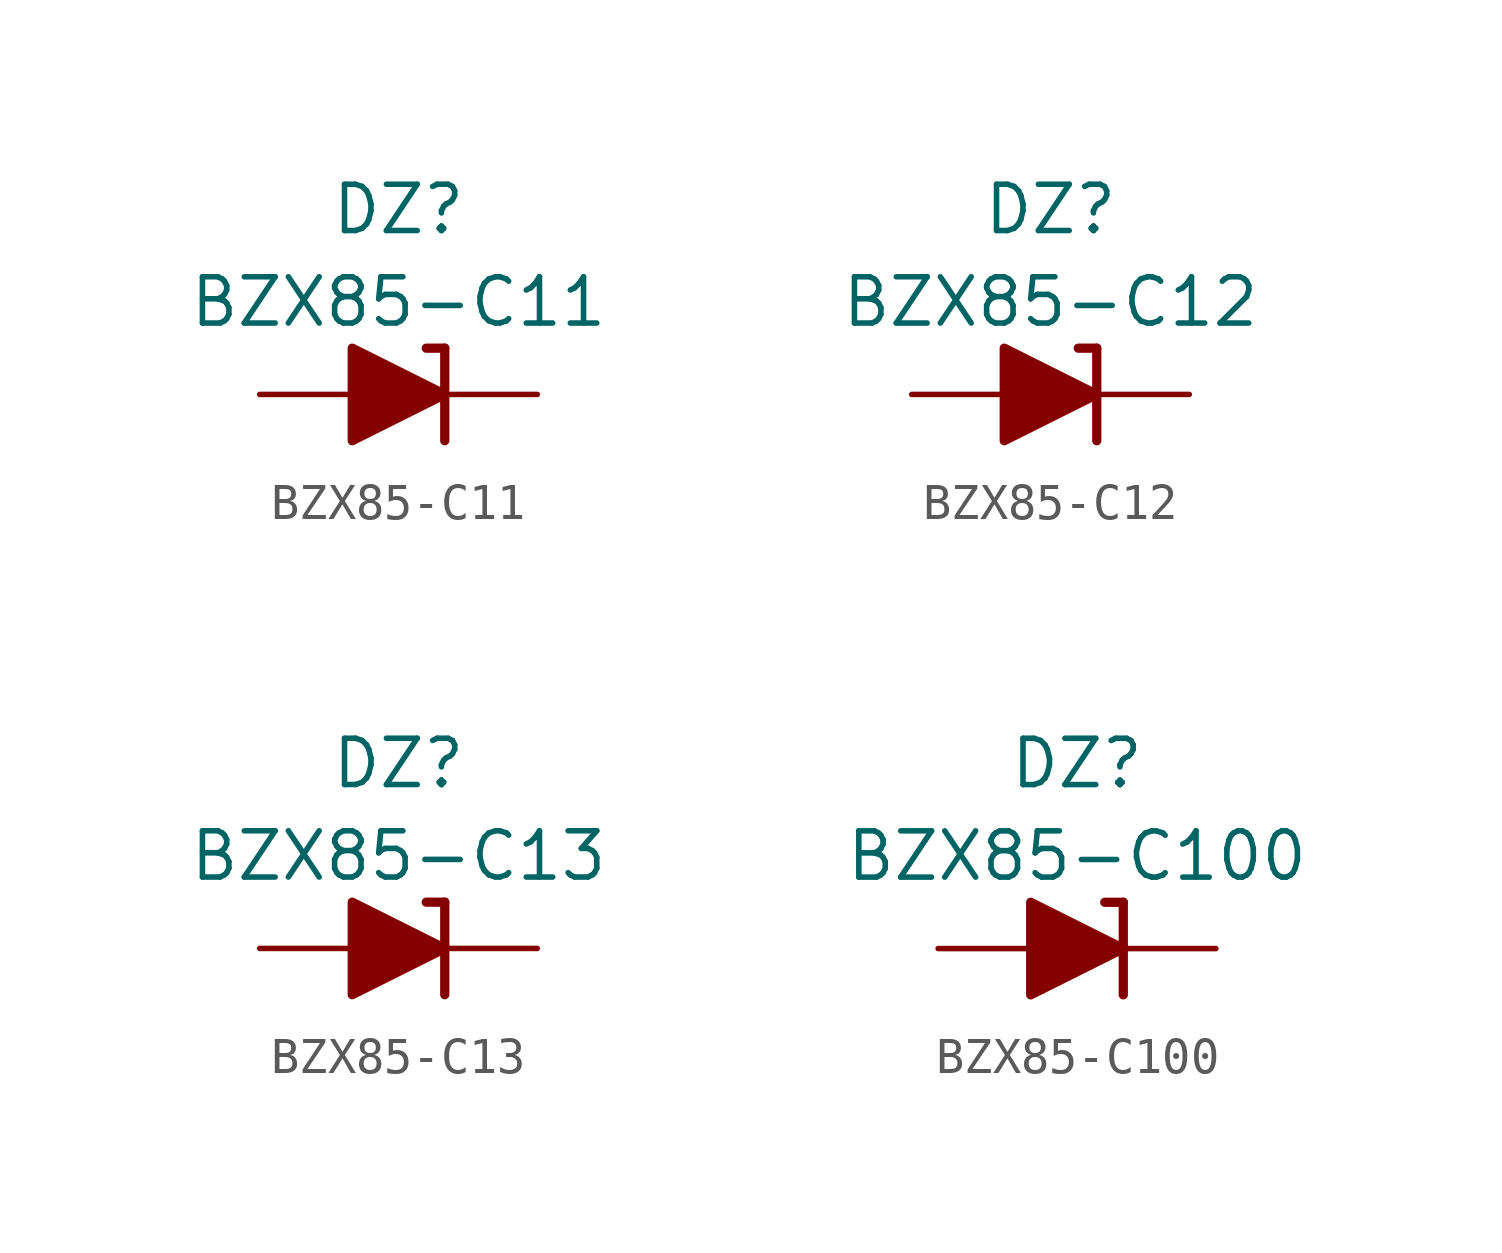
<source format=kicad_sym>
(kicad_symbol_lib
  (version 20211014)
  (generator kicad_symbol_editor)
  (symbol "BZX85-C11"
    (pin_numbers hide)
    (pin_names
      (offset 1.016) hide)
    (property "Reference" "DZ"
      (at 0 5.08 0)
      (effects (font (size 1.27 1.27))))
    (property "Value" "BZX85-C11"
      (at 0 2.54 0)
      (effects (font (size 1.27 1.27))))
    (symbol "BZX85-C11_0_1"
      (polyline (pts (xy -1.27 0) (xy 1.27 0)) (stroke (width 0) (type default) (color 0 0 0 0)) (fill (type none)))
      (polyline (pts (xy 1.27 1.27) (xy 0.762 1.27)) (stroke (width 0.254) (type default) (color 0 0 0 0)) (fill (type none)))
      (polyline (pts (xy 1.27 1.27) (xy 1.27 -1.27)) (stroke (width 0.254) (type default) (color 0 0 0 0)) (fill (type none)))
      (polyline (pts (xy -1.27 -1.27) (xy -1.27 1.27) (xy 1.27 0) (xy -1.27 -1.27)) (stroke (width 0.254) (type default) (color 0 0 0 0)) (fill (type outline))))
    (symbol "BZX85-C11_1_1"
      (pin passive line (at 3.81 0 180) (length 2.54) (name "K" (effects (font (size 1.27 1.27)))) (number "1" (effects (font (size 1.27 1.27)))))
      (pin passive line (at -3.81 0 0) (length 2.54) (name "A" (effects (font (size 1.27 1.27)))) (number "2" (effects (font (size 1.27 1.27)))))))
  (symbol "BZX85-C12"
    (pin_numbers hide)
    (pin_names
      (offset 1.016) hide)
    (property "Reference" "DZ"
      (at 0 5.08 0)
      (effects (font (size 1.27 1.27))))
    (property "Value" "BZX85-C12"
      (at 0 2.54 0)
      (effects (font (size 1.27 1.27))))
    (symbol "BZX85-C12_0_1"
      (polyline (pts (xy -1.27 0) (xy 1.27 0)) (stroke (width 0) (type default) (color 0 0 0 0)) (fill (type none)))
      (polyline (pts (xy 1.27 1.27) (xy 0.762 1.27)) (stroke (width 0.254) (type default) (color 0 0 0 0)) (fill (type none)))
      (polyline (pts (xy 1.27 1.27) (xy 1.27 -1.27)) (stroke (width 0.254) (type default) (color 0 0 0 0)) (fill (type none)))
      (polyline (pts (xy -1.27 -1.27) (xy -1.27 1.27) (xy 1.27 0) (xy -1.27 -1.27)) (stroke (width 0.254) (type default) (color 0 0 0 0)) (fill (type outline))))
    (symbol "BZX85-C12_1_1"
      (pin passive line (at 3.81 0 180) (length 2.54) (name "K" (effects (font (size 1.27 1.27)))) (number "1" (effects (font (size 1.27 1.27)))))
      (pin passive line (at -3.81 0 0) (length 2.54) (name "A" (effects (font (size 1.27 1.27)))) (number "2" (effects (font (size 1.27 1.27)))))))
  (symbol "BZX85-C13"
    (pin_numbers hide)
    (pin_names
      (offset 1.016) hide)
    (property "Reference" "DZ"
      (at 0 5.08 0)
      (effects (font (size 1.27 1.27))))
    (property "Value" "BZX85-C13"
      (at 0 2.54 0)
      (effects (font (size 1.27 1.27))))
    (symbol "BZX85-C13_0_1"
      (polyline (pts (xy -1.27 0) (xy 1.27 0)) (stroke (width 0) (type default) (color 0 0 0 0)) (fill (type none)))
      (polyline (pts (xy 1.27 1.27) (xy 0.762 1.27)) (stroke (width 0.254) (type default) (color 0 0 0 0)) (fill (type none)))
      (polyline (pts (xy 1.27 1.27) (xy 1.27 -1.27)) (stroke (width 0.254) (type default) (color 0 0 0 0)) (fill (type none)))
      (polyline (pts (xy -1.27 -1.27) (xy -1.27 1.27) (xy 1.27 0) (xy -1.27 -1.27)) (stroke (width 0.254) (type default) (color 0 0 0 0)) (fill (type outline))))
    (symbol "BZX85-C13_1_1"
      (pin passive line (at 3.81 0 180) (length 2.54) (name "K" (effects (font (size 1.27 1.27)))) (number "1" (effects (font (size 1.27 1.27)))))
      (pin passive line (at -3.81 0 0) (length 2.54) (name "A" (effects (font (size 1.27 1.27)))) (number "2" (effects (font (size 1.27 1.27)))))))
  (symbol "BZX85-C100"
    (pin_numbers hide)
    (pin_names
      (offset 1.016) hide)
    (property "Reference" "DZ"
      (at 0 5.08 0)
      (effects (font (size 1.27 1.27))))
    (property "Value" "BZX85-C100"
      (at 0 2.54 0)
      (effects (font (size 1.27 1.27))))
    (symbol "BZX85-C100_0_1"
      (polyline (pts (xy -1.27 0) (xy 1.27 0)) (stroke (width 0) (type default) (color 0 0 0 0)) (fill (type none)))
      (polyline (pts (xy 1.27 1.27) (xy 0.762 1.27)) (stroke (width 0.254) (type default) (color 0 0 0 0)) (fill (type none)))
      (polyline (pts (xy 1.27 1.27) (xy 1.27 -1.27)) (stroke (width 0.254) (type default) (color 0 0 0 0)) (fill (type none)))
      (polyline (pts (xy -1.27 -1.27) (xy -1.27 1.27) (xy 1.27 0) (xy -1.27 -1.27)) (stroke (width 0.254) (type default) (color 0 0 0 0)) (fill (type outline))))
    (symbol "BZX85-C100_1_1"
      (pin passive line (at 3.81 0 180) (length 2.54) (name "K" (effects (font (size 1.27 1.27)))) (number "1" (effects (font (size 1.27 1.27)))))
      (pin passive line (at -3.81 0 0) (length 2.54) (name "A" (effects (font (size 1.27 1.27)))) (number "2" (effects (font (size 1.27 1.27))))))))
</source>
